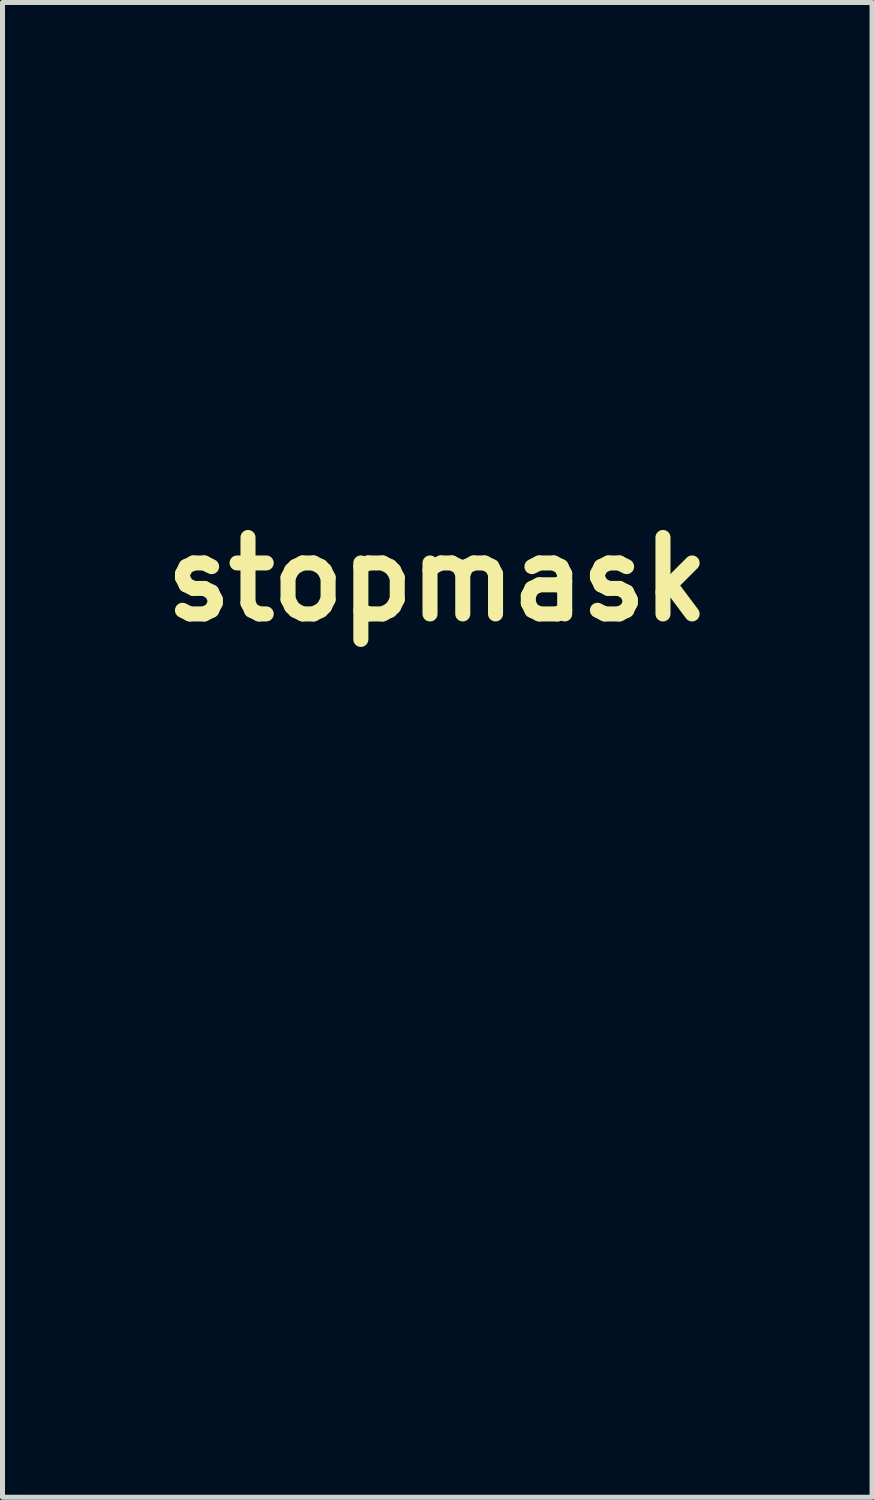
<source format=kicad_pcb>
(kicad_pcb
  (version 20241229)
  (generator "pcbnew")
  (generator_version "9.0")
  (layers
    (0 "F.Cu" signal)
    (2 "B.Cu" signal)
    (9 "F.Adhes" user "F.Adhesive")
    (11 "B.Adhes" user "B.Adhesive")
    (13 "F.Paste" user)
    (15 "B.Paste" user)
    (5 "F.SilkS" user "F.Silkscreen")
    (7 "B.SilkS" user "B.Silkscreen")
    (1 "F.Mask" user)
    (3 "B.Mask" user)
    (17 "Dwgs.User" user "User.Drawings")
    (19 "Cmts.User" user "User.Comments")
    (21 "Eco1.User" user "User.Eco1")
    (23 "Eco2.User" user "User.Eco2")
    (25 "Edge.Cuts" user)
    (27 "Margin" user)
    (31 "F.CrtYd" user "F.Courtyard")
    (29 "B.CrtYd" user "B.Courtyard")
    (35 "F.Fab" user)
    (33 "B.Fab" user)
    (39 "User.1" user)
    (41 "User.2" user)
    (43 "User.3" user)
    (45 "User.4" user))
  (footprint "stopmask"
    (layer "F.Cu")
    (at 5.668 8.5)
    (property "Reference" "stopmask" (at 0 0 0) (layer "F.SilkS") (effects (font (size 1.524 1.524) (thickness 0.3))))
    (attr through_hole)
    (zone (net_name "") (layer "F.Cu") (hatch edge 0.508) (connect_pads) (min_thickness 0.254) (filled_areas_thickness no) (keepout (tracks allowed) (vias allowed) (pads allowed) (copperpour not_allowed) (footprints allowed)) (placement (enabled no)) (fill) (polygon (pts (xy 7.268 23.8) (xy 4.068 23.8) (xy 4.068 20.7) (xy 7.268 20.7))))
    (zone (net_name "") (layer "F.Cu") (hatch edge 0.508) (connect_pads) (min_thickness 0.254) (filled_areas_thickness no) (keepout (tracks allowed) (vias allowed) (pads allowed) (copperpour not_allowed) (footprints allowed)) (placement (enabled no)) (fill) (polygon (pts (xy 6.418 0.25) (xy 6.668 0.5) (xy 6.918 1) (xy 6.918 9) (xy 6.668 9.5) (xy 6.418 9.75) (xy 5.918 10) (xy 5.418 10) (xy 4.918 9.75) (xy 4.668 9.5) (xy 4.418 9) (xy 4.418 1) (xy 4.668 0.5) (xy 4.918 0.25) (xy 5.418 0) (xy 5.918 0))))
    (zone (net_name "") (layer "B.Cu") (hatch edge 0.508) (connect_pads) (min_thickness 0.254) (filled_areas_thickness no) (keepout (tracks allowed) (vias allowed) (pads allowed) (copperpour not_allowed) (footprints allowed)) (placement (enabled no)) (fill) (polygon (pts (xy 7.268 23.8) (xy 4.068 23.8) (xy 4.068 20.7) (xy 7.268 20.7)))))
  (gr_rect
    (start -3 -3)
    (end 14.336 26.8)
    (stroke (width 0.1) (type default))
    (fill no)
    (layer "Edge.Cuts")))
</source>
